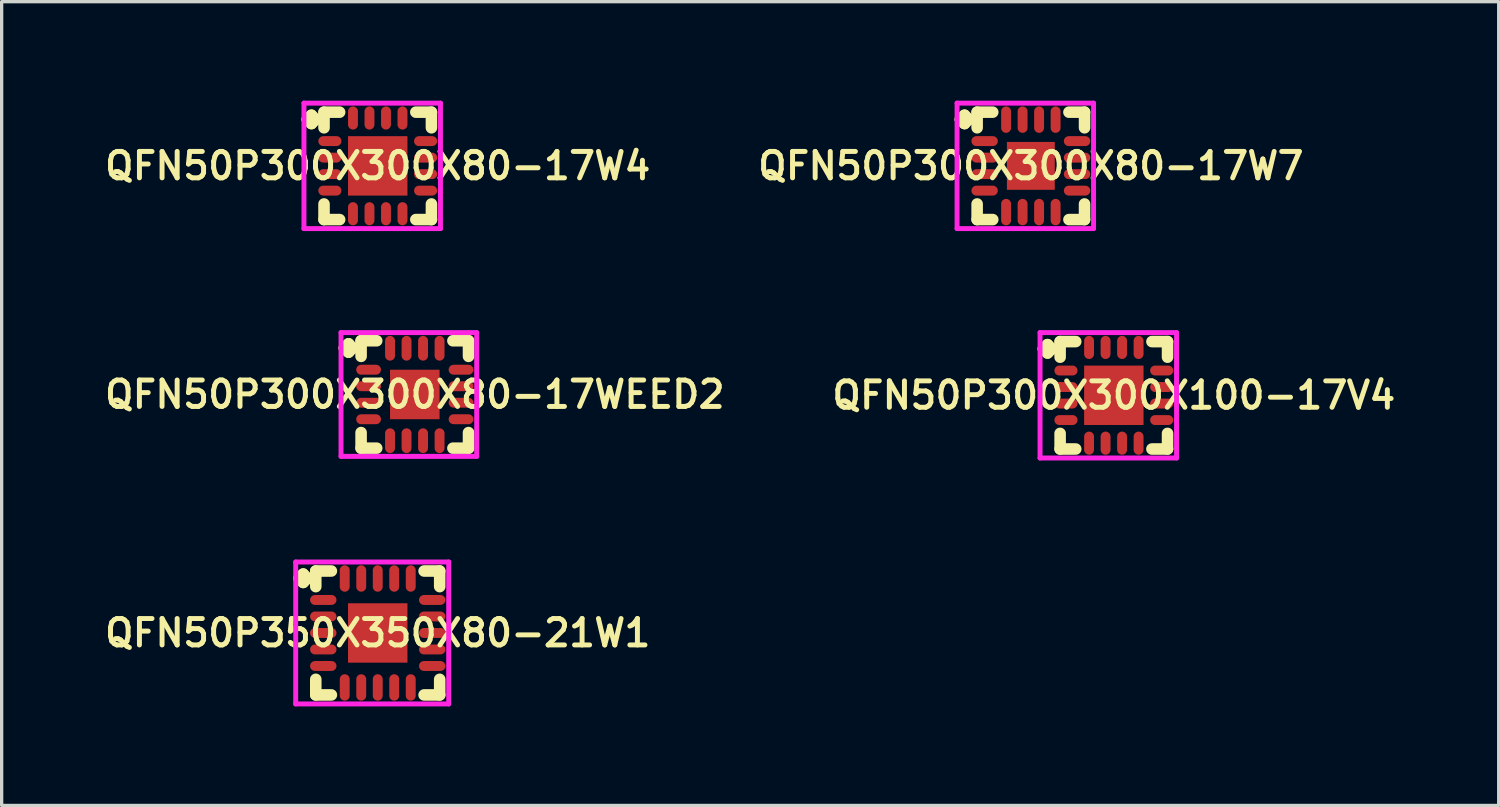
<source format=kicad_pcb>
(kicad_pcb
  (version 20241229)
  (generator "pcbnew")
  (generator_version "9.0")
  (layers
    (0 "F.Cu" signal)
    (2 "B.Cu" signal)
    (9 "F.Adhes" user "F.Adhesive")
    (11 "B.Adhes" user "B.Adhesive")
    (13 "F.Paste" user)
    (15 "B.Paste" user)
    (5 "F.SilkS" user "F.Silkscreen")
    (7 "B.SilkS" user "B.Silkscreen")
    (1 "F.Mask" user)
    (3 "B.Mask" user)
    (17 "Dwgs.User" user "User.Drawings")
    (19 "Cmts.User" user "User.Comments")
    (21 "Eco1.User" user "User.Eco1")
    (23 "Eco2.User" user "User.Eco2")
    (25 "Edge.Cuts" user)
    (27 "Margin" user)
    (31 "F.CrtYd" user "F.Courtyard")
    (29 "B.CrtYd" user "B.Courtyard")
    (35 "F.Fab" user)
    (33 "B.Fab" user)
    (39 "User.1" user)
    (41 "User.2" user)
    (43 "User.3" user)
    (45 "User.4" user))
  (footprint "QFN50P300X300X80-17W4"
    (layer "F.Cu")
    (at 8.393 1.975)
    (property "Reference" "QFN50P300X300X80-17W4" (at 0 0 0) (layer "F.SilkS") (effects (font (size 0.8 0.8) (thickness 0.15))))
    (attr smd)
    (fp_line (start -2.135 -1.408) (end -2.008 -1.535) (stroke (width 0.35) (type solid)) (layer "F.SilkS"))
    (fp_line (start -2.008 -1.535) (end -1.881 -1.408) (stroke (width 0.35) (type solid)) (layer "F.SilkS"))
    (fp_line (start -2.008 -1.281) (end -2.135 -1.408) (stroke (width 0.35) (type solid)) (layer "F.SilkS"))
    (fp_line (start -1.881 -1.408) (end -2.008 -1.281) (stroke (width 0.35) (type solid)) (layer "F.SilkS"))
    (fp_line (start -1.627 -1.627) (end -1.154 -1.627) (stroke (width 0.35) (type solid)) (layer "F.SilkS"))
    (fp_line (start -1.627 -1.154) (end -1.627 -1.627) (stroke (width 0.35) (type solid)) (layer "F.SilkS"))
    (fp_line (start -1.627 1.154) (end -1.627 1.627) (stroke (width 0.35) (type solid)) (layer "F.SilkS"))
    (fp_line (start -1.627 1.627) (end -1.154 1.627) (stroke (width 0.35) (type solid)) (layer "F.SilkS"))
    (fp_line (start 1.154 -1.627) (end 1.627 -1.627) (stroke (width 0.35) (type solid)) (layer "F.SilkS"))
    (fp_line (start 1.154 1.627) (end 1.627 1.627) (stroke (width 0.35) (type solid)) (layer "F.SilkS"))
    (fp_line (start 1.627 -1.627) (end 1.627 -1.154) (stroke (width 0.35) (type solid)) (layer "F.SilkS"))
    (fp_line (start 1.627 1.627) (end 1.627 1.154) (stroke (width 0.35) (type solid)) (layer "F.SilkS"))
    (fp_line (start -2.235 -1.9) (end 1.9 -1.9) (stroke (width 0.15) (type solid)) (layer "F.CrtYd"))
    (fp_line (start -2.235 1.9) (end -2.235 -1.9) (stroke (width 0.15) (type solid)) (layer "F.CrtYd"))
    (fp_line (start 1.9 -1.9) (end 1.9 1.9) (stroke (width 0.15) (type solid)) (layer "F.CrtYd"))
    (fp_line (start 1.9 1.9) (end -2.235 1.9) (stroke (width 0.15) (type solid)) (layer "F.CrtYd"))
    (pad "1" smd oval (at -1.45 -0.75) (size 0.7 0.3) (layers "F.Cu" "F.Mask" "F.Paste"))
    (pad "2" smd oval (at -1.45 -0.25) (size 0.7 0.3) (layers "F.Cu" "F.Mask" "F.Paste"))
    (pad "3" smd oval (at -1.45 0.25) (size 0.7 0.3) (layers "F.Cu" "F.Mask" "F.Paste"))
    (pad "4" smd oval (at -1.45 0.75) (size 0.7 0.3) (layers "F.Cu" "F.Mask" "F.Paste"))
    (pad "5" smd oval (at -0.75 1.45) (size 0.3 0.7) (layers "F.Cu" "F.Mask" "F.Paste"))
    (pad "6" smd oval (at -0.25 1.45) (size 0.3 0.7) (layers "F.Cu" "F.Mask" "F.Paste"))
    (pad "7" smd oval (at 0.25 1.45) (size 0.3 0.7) (layers "F.Cu" "F.Mask" "F.Paste"))
    (pad "8" smd oval (at 0.75 1.45) (size 0.3 0.7) (layers "F.Cu" "F.Mask" "F.Paste"))
    (pad "9" smd oval (at 1.45 0.75) (size 0.7 0.3) (layers "F.Cu" "F.Mask" "F.Paste"))
    (pad "10" smd oval (at 1.45 0.25) (size 0.7 0.3) (layers "F.Cu" "F.Mask" "F.Paste"))
    (pad "11" smd oval (at 1.45 -0.25) (size 0.7 0.3) (layers "F.Cu" "F.Mask" "F.Paste"))
    (pad "12" smd oval (at 1.45 -0.75) (size 0.7 0.3) (layers "F.Cu" "F.Mask" "F.Paste"))
    (pad "13" smd oval (at 0.75 -1.45) (size 0.3 0.7) (layers "F.Cu" "F.Mask" "F.Paste"))
    (pad "14" smd oval (at 0.25 -1.45) (size 0.3 0.7) (layers "F.Cu" "F.Mask" "F.Paste"))
    (pad "15" smd oval (at -0.25 -1.45) (size 0.3 0.7) (layers "F.Cu" "F.Mask" "F.Paste"))
    (pad "16" smd oval (at -0.75 -1.45) (size 0.3 0.7) (layers "F.Cu" "F.Mask" "F.Paste"))
    (pad "17" smd rect (at 0 0) (size 1.8 1.8) (layers "F.Cu" "F.Mask" "F.Paste")))
  (footprint "QFN50P300X300X100-17V4"
    (layer "F.Cu")
    (at 30.692 8.925)
    (property "Reference" "QFN50P300X300X100-17V4" (at 0 0 0) (layer "F.SilkS") (effects (font (size 0.8 0.8) (thickness 0.15))))
    (attr smd)
    (fp_line (start -2.135 -1.408) (end -2.008 -1.535) (stroke (width 0.35) (type solid)) (layer "F.SilkS"))
    (fp_line (start -2.008 -1.535) (end -1.881 -1.408) (stroke (width 0.35) (type solid)) (layer "F.SilkS"))
    (fp_line (start -2.008 -1.281) (end -2.135 -1.408) (stroke (width 0.35) (type solid)) (layer "F.SilkS"))
    (fp_line (start -1.881 -1.408) (end -2.008 -1.281) (stroke (width 0.35) (type solid)) (layer "F.SilkS"))
    (fp_line (start -1.627 -1.627) (end -1.154 -1.627) (stroke (width 0.35) (type solid)) (layer "F.SilkS"))
    (fp_line (start -1.627 -1.154) (end -1.627 -1.627) (stroke (width 0.35) (type solid)) (layer "F.SilkS"))
    (fp_line (start -1.627 1.154) (end -1.627 1.627) (stroke (width 0.35) (type solid)) (layer "F.SilkS"))
    (fp_line (start -1.627 1.627) (end -1.154 1.627) (stroke (width 0.35) (type solid)) (layer "F.SilkS"))
    (fp_line (start 1.154 -1.627) (end 1.627 -1.627) (stroke (width 0.35) (type solid)) (layer "F.SilkS"))
    (fp_line (start 1.154 1.627) (end 1.627 1.627) (stroke (width 0.35) (type solid)) (layer "F.SilkS"))
    (fp_line (start 1.627 -1.627) (end 1.627 -1.154) (stroke (width 0.35) (type solid)) (layer "F.SilkS"))
    (fp_line (start 1.627 1.627) (end 1.627 1.154) (stroke (width 0.35) (type solid)) (layer "F.SilkS"))
    (fp_line (start -2.235 -1.9) (end 1.9 -1.9) (stroke (width 0.15) (type solid)) (layer "F.CrtYd"))
    (fp_line (start -2.235 1.9) (end -2.235 -1.9) (stroke (width 0.15) (type solid)) (layer "F.CrtYd"))
    (fp_line (start 1.9 -1.9) (end 1.9 1.9) (stroke (width 0.15) (type solid)) (layer "F.CrtYd"))
    (fp_line (start 1.9 1.9) (end -2.235 1.9) (stroke (width 0.15) (type solid)) (layer "F.CrtYd"))
    (pad "1" smd oval (at -1.45 -0.75) (size 0.7 0.3) (layers "F.Cu" "F.Mask" "F.Paste"))
    (pad "2" smd oval (at -1.45 -0.25) (size 0.7 0.3) (layers "F.Cu" "F.Mask" "F.Paste"))
    (pad "3" smd oval (at -1.45 0.25) (size 0.7 0.3) (layers "F.Cu" "F.Mask" "F.Paste"))
    (pad "4" smd oval (at -1.45 0.75) (size 0.7 0.3) (layers "F.Cu" "F.Mask" "F.Paste"))
    (pad "5" smd oval (at -0.75 1.45) (size 0.3 0.7) (layers "F.Cu" "F.Mask" "F.Paste"))
    (pad "6" smd oval (at -0.25 1.45) (size 0.3 0.7) (layers "F.Cu" "F.Mask" "F.Paste"))
    (pad "7" smd oval (at 0.25 1.45) (size 0.3 0.7) (layers "F.Cu" "F.Mask" "F.Paste"))
    (pad "8" smd oval (at 0.75 1.45) (size 0.3 0.7) (layers "F.Cu" "F.Mask" "F.Paste"))
    (pad "9" smd oval (at 1.45 0.75) (size 0.7 0.3) (layers "F.Cu" "F.Mask" "F.Paste"))
    (pad "10" smd oval (at 1.45 0.25) (size 0.7 0.3) (layers "F.Cu" "F.Mask" "F.Paste"))
    (pad "11" smd oval (at 1.45 -0.25) (size 0.7 0.3) (layers "F.Cu" "F.Mask" "F.Paste"))
    (pad "12" smd oval (at 1.45 -0.75) (size 0.7 0.3) (layers "F.Cu" "F.Mask" "F.Paste"))
    (pad "13" smd oval (at 0.75 -1.45) (size 0.3 0.7) (layers "F.Cu" "F.Mask" "F.Paste"))
    (pad "14" smd oval (at 0.25 -1.45) (size 0.3 0.7) (layers "F.Cu" "F.Mask" "F.Paste"))
    (pad "15" smd oval (at -0.25 -1.45) (size 0.3 0.7) (layers "F.Cu" "F.Mask" "F.Paste"))
    (pad "16" smd oval (at -0.75 -1.45) (size 0.3 0.7) (layers "F.Cu" "F.Mask" "F.Paste"))
    (pad "17" smd rect (at 0 0) (size 1.8 1.8) (layers "F.Cu" "F.Mask" "F.Paste")))
  (footprint "QFN50P300X300X80-17WEED2"
    (layer "F.Cu")
    (at 9.516 8.9)
    (property "Reference" "QFN50P300X300X80-17WEED2" (at 0 0 0) (layer "F.SilkS") (effects (font (size 0.8 0.8) (thickness 0.15))))
    (attr smd)
    (fp_line (start -2.135 -1.408) (end -2.008 -1.535) (stroke (width 0.35) (type solid)) (layer "F.SilkS"))
    (fp_line (start -2.008 -1.535) (end -1.881 -1.408) (stroke (width 0.35) (type solid)) (layer "F.SilkS"))
    (fp_line (start -2.008 -1.281) (end -2.135 -1.408) (stroke (width 0.35) (type solid)) (layer "F.SilkS"))
    (fp_line (start -1.881 -1.408) (end -2.008 -1.281) (stroke (width 0.35) (type solid)) (layer "F.SilkS"))
    (fp_line (start -1.627 -1.627) (end -1.154 -1.627) (stroke (width 0.35) (type solid)) (layer "F.SilkS"))
    (fp_line (start -1.627 -1.154) (end -1.627 -1.627) (stroke (width 0.35) (type solid)) (layer "F.SilkS"))
    (fp_line (start -1.627 1.154) (end -1.627 1.627) (stroke (width 0.35) (type solid)) (layer "F.SilkS"))
    (fp_line (start -1.627 1.627) (end -1.154 1.627) (stroke (width 0.35) (type solid)) (layer "F.SilkS"))
    (fp_line (start 1.154 -1.627) (end 1.627 -1.627) (stroke (width 0.35) (type solid)) (layer "F.SilkS"))
    (fp_line (start 1.154 1.627) (end 1.627 1.627) (stroke (width 0.35) (type solid)) (layer "F.SilkS"))
    (fp_line (start 1.627 -1.627) (end 1.627 -1.154) (stroke (width 0.35) (type solid)) (layer "F.SilkS"))
    (fp_line (start 1.627 1.627) (end 1.627 1.154) (stroke (width 0.35) (type solid)) (layer "F.SilkS"))
    (fp_line (start -2.235 -1.875) (end 1.875 -1.875) (stroke (width 0.15) (type solid)) (layer "F.CrtYd"))
    (fp_line (start -2.235 1.875) (end -2.235 -1.875) (stroke (width 0.15) (type solid)) (layer "F.CrtYd"))
    (fp_line (start 1.875 -1.875) (end 1.875 1.875) (stroke (width 0.15) (type solid)) (layer "F.CrtYd"))
    (fp_line (start 1.875 1.875) (end -2.235 1.875) (stroke (width 0.15) (type solid)) (layer "F.CrtYd"))
    (pad "1" smd oval (at -1.4 -0.75) (size 0.75 0.3) (layers "F.Cu" "F.Mask" "F.Paste"))
    (pad "2" smd oval (at -1.4 -0.25) (size 0.75 0.3) (layers "F.Cu" "F.Mask" "F.Paste"))
    (pad "3" smd oval (at -1.4 0.25) (size 0.75 0.3) (layers "F.Cu" "F.Mask" "F.Paste"))
    (pad "4" smd oval (at -1.4 0.75) (size 0.75 0.3) (layers "F.Cu" "F.Mask" "F.Paste"))
    (pad "5" smd oval (at -0.75 1.4) (size 0.3 0.75) (layers "F.Cu" "F.Mask" "F.Paste"))
    (pad "6" smd oval (at -0.25 1.4) (size 0.3 0.75) (layers "F.Cu" "F.Mask" "F.Paste"))
    (pad "7" smd oval (at 0.25 1.4) (size 0.3 0.75) (layers "F.Cu" "F.Mask" "F.Paste"))
    (pad "8" smd oval (at 0.75 1.4) (size 0.3 0.75) (layers "F.Cu" "F.Mask" "F.Paste"))
    (pad "9" smd oval (at 1.4 0.75) (size 0.75 0.3) (layers "F.Cu" "F.Mask" "F.Paste"))
    (pad "10" smd oval (at 1.4 0.25) (size 0.75 0.3) (layers "F.Cu" "F.Mask" "F.Paste"))
    (pad "11" smd oval (at 1.4 -0.25) (size 0.75 0.3) (layers "F.Cu" "F.Mask" "F.Paste"))
    (pad "12" smd oval (at 1.4 -0.75) (size 0.75 0.3) (layers "F.Cu" "F.Mask" "F.Paste"))
    (pad "13" smd oval (at 0.75 -1.4) (size 0.3 0.75) (layers "F.Cu" "F.Mask" "F.Paste"))
    (pad "14" smd oval (at 0.25 -1.4) (size 0.3 0.75) (layers "F.Cu" "F.Mask" "F.Paste"))
    (pad "15" smd oval (at -0.25 -1.4) (size 0.3 0.75) (layers "F.Cu" "F.Mask" "F.Paste"))
    (pad "16" smd oval (at -0.75 -1.4) (size 0.3 0.75) (layers "F.Cu" "F.Mask" "F.Paste"))
    (pad "17" smd rect (at 0 0) (size 1.5 1.5) (layers "F.Cu" "F.Mask" "F.Paste")))
  (footprint "QFN50P300X300X80-17W7"
    (layer "F.Cu")
    (at 28.178 1.975)
    (property "Reference" "QFN50P300X300X80-17W7" (at 0 0 0) (layer "F.SilkS") (effects (font (size 0.8 0.8) (thickness 0.15))))
    (attr smd)
    (fp_line (start -2.135 -1.408) (end -2.008 -1.535) (stroke (width 0.35) (type solid)) (layer "F.SilkS"))
    (fp_line (start -2.008 -1.535) (end -1.881 -1.408) (stroke (width 0.35) (type solid)) (layer "F.SilkS"))
    (fp_line (start -2.008 -1.281) (end -2.135 -1.408) (stroke (width 0.35) (type solid)) (layer "F.SilkS"))
    (fp_line (start -1.881 -1.408) (end -2.008 -1.281) (stroke (width 0.35) (type solid)) (layer "F.SilkS"))
    (fp_line (start -1.627 -1.627) (end -1.154 -1.627) (stroke (width 0.35) (type solid)) (layer "F.SilkS"))
    (fp_line (start -1.627 -1.154) (end -1.627 -1.627) (stroke (width 0.35) (type solid)) (layer "F.SilkS"))
    (fp_line (start -1.627 1.154) (end -1.627 1.627) (stroke (width 0.35) (type solid)) (layer "F.SilkS"))
    (fp_line (start -1.627 1.627) (end -1.154 1.627) (stroke (width 0.35) (type solid)) (layer "F.SilkS"))
    (fp_line (start 1.154 -1.627) (end 1.627 -1.627) (stroke (width 0.35) (type solid)) (layer "F.SilkS"))
    (fp_line (start 1.154 1.627) (end 1.627 1.627) (stroke (width 0.35) (type solid)) (layer "F.SilkS"))
    (fp_line (start 1.627 -1.627) (end 1.627 -1.154) (stroke (width 0.35) (type solid)) (layer "F.SilkS"))
    (fp_line (start 1.627 1.627) (end 1.627 1.154) (stroke (width 0.35) (type solid)) (layer "F.SilkS"))
    (fp_line (start -2.235 -1.9) (end 1.9 -1.9) (stroke (width 0.15) (type solid)) (layer "F.CrtYd"))
    (fp_line (start -2.235 1.9) (end -2.235 -1.9) (stroke (width 0.15) (type solid)) (layer "F.CrtYd"))
    (fp_line (start 1.9 -1.9) (end 1.9 1.9) (stroke (width 0.15) (type solid)) (layer "F.CrtYd"))
    (fp_line (start 1.9 1.9) (end -2.235 1.9) (stroke (width 0.15) (type solid)) (layer "F.CrtYd"))
    (pad "1" smd oval (at -1.4 -0.75) (size 0.8 0.3) (layers "F.Cu" "F.Mask" "F.Paste"))
    (pad "2" smd oval (at -1.4 -0.25) (size 0.8 0.3) (layers "F.Cu" "F.Mask" "F.Paste"))
    (pad "3" smd oval (at -1.4 0.25) (size 0.8 0.3) (layers "F.Cu" "F.Mask" "F.Paste"))
    (pad "4" smd oval (at -1.4 0.75) (size 0.8 0.3) (layers "F.Cu" "F.Mask" "F.Paste"))
    (pad "5" smd oval (at -0.75 1.4) (size 0.3 0.8) (layers "F.Cu" "F.Mask" "F.Paste"))
    (pad "6" smd oval (at -0.25 1.4) (size 0.3 0.8) (layers "F.Cu" "F.Mask" "F.Paste"))
    (pad "7" smd oval (at 0.25 1.4) (size 0.3 0.8) (layers "F.Cu" "F.Mask" "F.Paste"))
    (pad "8" smd oval (at 0.75 1.4) (size 0.3 0.8) (layers "F.Cu" "F.Mask" "F.Paste"))
    (pad "9" smd oval (at 1.4 0.75) (size 0.8 0.3) (layers "F.Cu" "F.Mask" "F.Paste"))
    (pad "10" smd oval (at 1.4 0.25) (size 0.8 0.3) (layers "F.Cu" "F.Mask" "F.Paste"))
    (pad "11" smd oval (at 1.4 -0.25) (size 0.8 0.3) (layers "F.Cu" "F.Mask" "F.Paste"))
    (pad "12" smd oval (at 1.4 -0.75) (size 0.8 0.3) (layers "F.Cu" "F.Mask" "F.Paste"))
    (pad "13" smd oval (at 0.75 -1.4) (size 0.3 0.8) (layers "F.Cu" "F.Mask" "F.Paste"))
    (pad "14" smd oval (at 0.25 -1.4) (size 0.3 0.8) (layers "F.Cu" "F.Mask" "F.Paste"))
    (pad "15" smd oval (at -0.25 -1.4) (size 0.3 0.8) (layers "F.Cu" "F.Mask" "F.Paste"))
    (pad "16" smd oval (at -0.75 -1.4) (size 0.3 0.8) (layers "F.Cu" "F.Mask" "F.Paste"))
    (pad "17" smd rect (at 0 0) (size 1.45 1.45) (layers "F.Cu" "F.Mask" "F.Paste")))
  (footprint "QFN50P350X350X80-21W1"
    (layer "F.Cu")
    (at 8.393 16.125)
    (property "Reference" "QFN50P350X350X80-21W1" (at 0 0 0) (layer "F.SilkS") (effects (font (size 0.8 0.8) (thickness 0.15))))
    (attr smd)
    (fp_line (start -2.385 -1.658) (end -2.258 -1.785) (stroke (width 0.35) (type solid)) (layer "F.SilkS"))
    (fp_line (start -2.258 -1.785) (end -2.131 -1.658) (stroke (width 0.35) (type solid)) (layer "F.SilkS"))
    (fp_line (start -2.258 -1.531) (end -2.385 -1.658) (stroke (width 0.35) (type solid)) (layer "F.SilkS"))
    (fp_line (start -2.131 -1.658) (end -2.258 -1.531) (stroke (width 0.35) (type solid)) (layer "F.SilkS"))
    (fp_line (start -1.877 -1.877) (end -1.404 -1.877) (stroke (width 0.35) (type solid)) (layer "F.SilkS"))
    (fp_line (start -1.877 -1.404) (end -1.877 -1.877) (stroke (width 0.35) (type solid)) (layer "F.SilkS"))
    (fp_line (start -1.877 1.404) (end -1.877 1.877) (stroke (width 0.35) (type solid)) (layer "F.SilkS"))
    (fp_line (start -1.877 1.877) (end -1.404 1.877) (stroke (width 0.35) (type solid)) (layer "F.SilkS"))
    (fp_line (start 1.404 -1.877) (end 1.877 -1.877) (stroke (width 0.35) (type solid)) (layer "F.SilkS"))
    (fp_line (start 1.404 1.877) (end 1.877 1.877) (stroke (width 0.35) (type solid)) (layer "F.SilkS"))
    (fp_line (start 1.877 -1.877) (end 1.877 -1.404) (stroke (width 0.35) (type solid)) (layer "F.SilkS"))
    (fp_line (start 1.877 1.877) (end 1.877 1.404) (stroke (width 0.35) (type solid)) (layer "F.SilkS"))
    (fp_line (start -2.485 -2.15) (end 2.15 -2.15) (stroke (width 0.15) (type solid)) (layer "F.CrtYd"))
    (fp_line (start -2.485 2.15) (end -2.485 -2.15) (stroke (width 0.15) (type solid)) (layer "F.CrtYd"))
    (fp_line (start 2.15 -2.15) (end 2.15 2.15) (stroke (width 0.15) (type solid)) (layer "F.CrtYd"))
    (fp_line (start 2.15 2.15) (end -2.485 2.15) (stroke (width 0.15) (type solid)) (layer "F.CrtYd"))
    (pad "1" smd oval (at -1.65 -1) (size 0.8 0.3) (layers "F.Cu" "F.Mask" "F.Paste"))
    (pad "2" smd oval (at -1.65 -0.5) (size 0.8 0.3) (layers "F.Cu" "F.Mask" "F.Paste"))
    (pad "3" smd oval (at -1.65 0) (size 0.8 0.3) (layers "F.Cu" "F.Mask" "F.Paste"))
    (pad "4" smd oval (at -1.65 0.5) (size 0.8 0.3) (layers "F.Cu" "F.Mask" "F.Paste"))
    (pad "5" smd oval (at -1.65 1) (size 0.8 0.3) (layers "F.Cu" "F.Mask" "F.Paste"))
    (pad "6" smd oval (at -1 1.65) (size 0.3 0.8) (layers "F.Cu" "F.Mask" "F.Paste"))
    (pad "7" smd oval (at -0.5 1.65) (size 0.3 0.8) (layers "F.Cu" "F.Mask" "F.Paste"))
    (pad "8" smd oval (at 0 1.65) (size 0.3 0.8) (layers "F.Cu" "F.Mask" "F.Paste"))
    (pad "9" smd oval (at 0.5 1.65) (size 0.3 0.8) (layers "F.Cu" "F.Mask" "F.Paste"))
    (pad "10" smd oval (at 1 1.65) (size 0.3 0.8) (layers "F.Cu" "F.Mask" "F.Paste"))
    (pad "11" smd oval (at 1.65 1) (size 0.8 0.3) (layers "F.Cu" "F.Mask" "F.Paste"))
    (pad "12" smd oval (at 1.65 0.5) (size 0.8 0.3) (layers "F.Cu" "F.Mask" "F.Paste"))
    (pad "13" smd oval (at 1.65 0) (size 0.8 0.3) (layers "F.Cu" "F.Mask" "F.Paste"))
    (pad "14" smd oval (at 1.65 -0.5) (size 0.8 0.3) (layers "F.Cu" "F.Mask" "F.Paste"))
    (pad "15" smd oval (at 1.65 -1) (size 0.8 0.3) (layers "F.Cu" "F.Mask" "F.Paste"))
    (pad "16" smd oval (at 1 -1.65) (size 0.3 0.8) (layers "F.Cu" "F.Mask" "F.Paste"))
    (pad "17" smd oval (at 0.5 -1.65) (size 0.3 0.8) (layers "F.Cu" "F.Mask" "F.Paste"))
    (pad "18" smd oval (at 0 -1.65) (size 0.3 0.8) (layers "F.Cu" "F.Mask" "F.Paste"))
    (pad "19" smd oval (at -0.5 -1.65) (size 0.3 0.8) (layers "F.Cu" "F.Mask" "F.Paste"))
    (pad "20" smd oval (at -1 -1.65) (size 0.3 0.8) (layers "F.Cu" "F.Mask" "F.Paste"))
    (pad "21" smd rect (at 0 0) (size 1.8 1.8) (layers "F.Cu" "F.Mask" "F.Paste")))
  (gr_rect
    (start -3 -3)
    (end 42.351 21.35)
    (stroke (width 0.1) (type default))
    (fill no)
    (layer "Edge.Cuts")))
</source>
